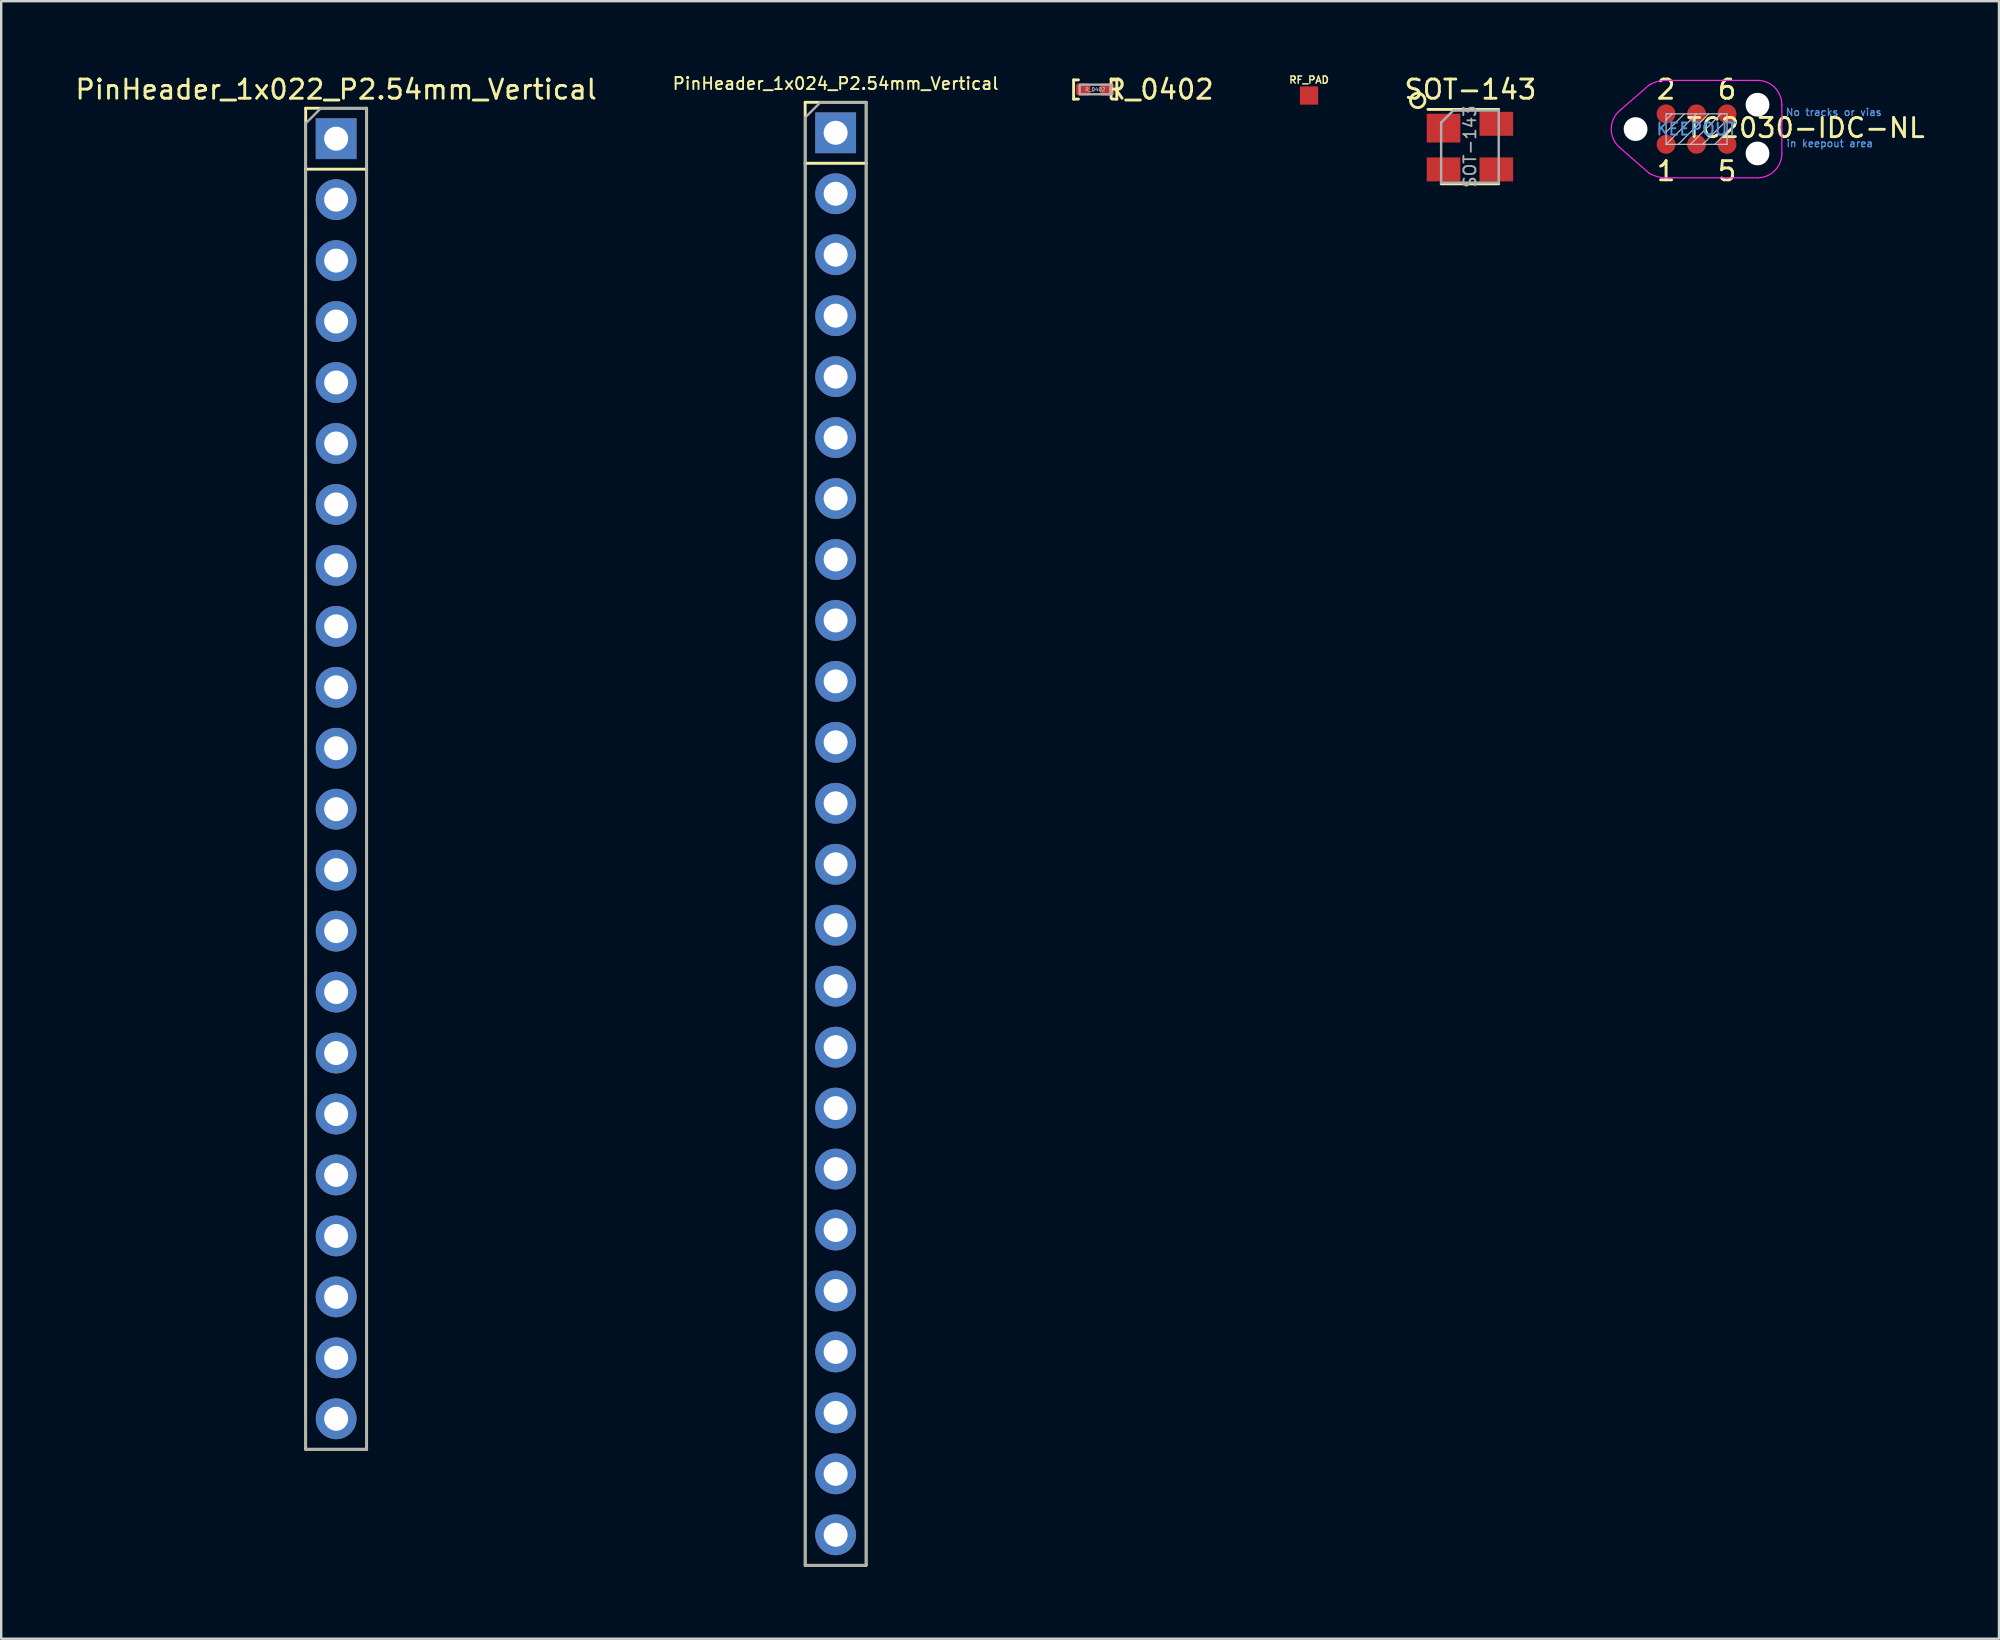
<source format=kicad_pcb>
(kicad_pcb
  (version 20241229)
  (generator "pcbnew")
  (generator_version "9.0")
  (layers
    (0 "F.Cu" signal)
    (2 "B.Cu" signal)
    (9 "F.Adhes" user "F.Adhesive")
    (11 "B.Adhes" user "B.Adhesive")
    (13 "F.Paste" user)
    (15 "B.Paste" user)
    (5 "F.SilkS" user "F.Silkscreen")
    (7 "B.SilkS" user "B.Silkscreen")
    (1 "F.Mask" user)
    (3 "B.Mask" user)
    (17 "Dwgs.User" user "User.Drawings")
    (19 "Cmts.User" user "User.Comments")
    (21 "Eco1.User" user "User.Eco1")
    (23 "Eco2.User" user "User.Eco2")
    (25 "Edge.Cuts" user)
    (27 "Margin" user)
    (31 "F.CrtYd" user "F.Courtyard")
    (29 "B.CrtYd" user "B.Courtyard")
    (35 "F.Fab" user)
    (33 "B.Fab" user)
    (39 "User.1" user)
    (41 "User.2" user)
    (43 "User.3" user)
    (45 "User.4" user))
  (footprint "R_0402"
    (layer "F.Cu")
    (at 42.586 0.679)
    (property "Reference" "R_0402" (at 2.7 0 0) (unlocked yes) (layer "F.SilkS") (effects (font (size 0.8 0.8) (thickness 0.12))))
    (attr smd)
    (fp_line (start -0.9 -0.4) (end -0.9 0.4) (stroke (width 0.12) (type solid)) (layer "F.SilkS"))
    (fp_line (start -0.9 0.4) (end -0.7 0.4) (stroke (width 0.12) (type solid)) (layer "F.SilkS"))
    (fp_line (start -0.7 -0.4) (end -0.9 -0.4) (stroke (width 0.12) (type solid)) (layer "F.SilkS"))
    (fp_line (start 0.7 0.4) (end 0.9 0.4) (stroke (width 0.12) (type solid)) (layer "F.SilkS"))
    (fp_line (start 0.9 -0.4) (end 0.7 -0.4) (stroke (width 0.12) (type solid)) (layer "F.SilkS"))
    (fp_line (start 0.9 -0.4) (end 0.9 0.4) (stroke (width 0.12) (type solid)) (layer "F.SilkS"))
    (fp_rect (start -0.65 -0.2) (end 0.65 0.2) (stroke (width 0.1) (type solid)) (fill no) (layer "F.Fab"))
    (fp_text user "${REFERENCE}" (at 0 0 0) (unlocked yes) (layer "F.Fab") (effects (font (size 0.15 0.15) (thickness 0.03))))
    (pad "1" smd roundrect (at -0.5 0) (size 0.6 0.5) (layers "F.Cu" "F.Mask" "F.Paste") (roundrect_rratio 0.2))
    (pad "2" smd roundrect (at 0.5 0) (size 0.6 0.5) (layers "F.Cu" "F.Mask" "F.Paste") (roundrect_rratio 0.2)))
  (footprint "TC2030-IDC-NL"
    (layer "F.Cu")
    (at 67.643 2.329)
    (property "Reference" "TC2030-IDC-NL" (at 4.55 -0.05 0) (layer "F.SilkS") (effects (font (size 0.8 0.8) (thickness 0.12))))
    (attr exclude_from_pos_files exclude_from_bom)
    (fp_line (start -1.27 -0.381) (end -1.016 -0.635) (stroke (width 0.05) (type solid)) (layer "Dwgs.User"))
    (fp_line (start -1.27 0.127) (end -0.508 -0.635) (stroke (width 0.05) (type solid)) (layer "Dwgs.User"))
    (fp_line (start -1.27 0.635) (end -1.27 -0.635) (stroke (width 0.05) (type solid)) (layer "Dwgs.User"))
    (fp_line (start -1.27 0.635) (end 0 -0.635) (stroke (width 0.05) (type solid)) (layer "Dwgs.User"))
    (fp_line (start -0.762 0.635) (end 0.508 -0.635) (stroke (width 0.05) (type solid)) (layer "Dwgs.User"))
    (fp_line (start -0.254 0.635) (end 1.016 -0.635) (stroke (width 0.05) (type solid)) (layer "Dwgs.User"))
    (fp_line (start 0.254 0.635) (end 1.27 -0.381) (stroke (width 0.05) (type solid)) (layer "Dwgs.User"))
    (fp_line (start 0.762 0.635) (end 1.27 0.127) (stroke (width 0.05) (type solid)) (layer "Dwgs.User"))
    (fp_line (start 1.27 -0.635) (end -1.27 -0.635) (stroke (width 0.05) (type solid)) (layer "Dwgs.User"))
    (fp_line (start 1.27 -0.635) (end 1.27 0.635) (stroke (width 0.05) (type solid)) (layer "Dwgs.User"))
    (fp_line (start 1.27 0.635) (end -1.27 0.635) (stroke (width 0.05) (type solid)) (layer "Dwgs.User"))
    (fp_line (start -3.192 0.778) (end -1.968 1.843) (stroke (width 0.05) (type solid)) (layer "F.CrtYd"))
    (fp_line (start -1.968 -1.843) (end -3.192 -0.778) (stroke (width 0.05) (type solid)) (layer "F.CrtYd"))
    (fp_line (start 2.54 -2.03) (end -1.27 -2.03) (stroke (width 0.05) (type solid)) (layer "F.CrtYd"))
    (fp_line (start 2.54 2.03) (end -1.27 2.03) (stroke (width 0.05) (type solid)) (layer "F.CrtYd"))
    (fp_line (start 3.555 -1.015) (end 3.555 1.015) (stroke (width 0.05) (type solid)) (layer "F.CrtYd"))
    (fp_arc (start -3.555 0) (mid -3.459902 -0.428958) (end -3.192429 -0.777535) (stroke (width 0.05) (type solid)) (layer "F.CrtYd"))
    (fp_arc (start -3.192429 0.777535) (mid -3.459902 0.428958) (end -3.555 0) (stroke (width 0.05) (type solid)) (layer "F.CrtYd"))
    (fp_arc (start -1.9675 -1.843105) (mid -1.631053 -1.982466) (end -1.27 -2.03) (stroke (width 0.05) (type solid)) (layer "F.CrtYd"))
    (fp_arc (start -1.27 2.03) (mid -1.631053 1.982466) (end -1.9675 1.843105) (stroke (width 0.05) (type solid)) (layer "F.CrtYd"))
    (fp_arc (start 2.54 -2.03) (mid 3.257713 -1.732713) (end 3.555 -1.015) (stroke (width 0.05) (type solid)) (layer "F.CrtYd"))
    (fp_arc (start 3.555 1.015) (mid 3.257713 1.732713) (end 2.54 2.03) (stroke (width 0.05) (type solid)) (layer "F.CrtYd"))
    (fp_text user "1" (at -1.27 1.75 0) (layer "F.SilkS") (effects (font (size 0.8 0.8) (thickness 0.12))))
    (fp_text user "6" (at 1.27 -1.65 0) (layer "F.SilkS") (effects (font (size 0.8 0.8) (thickness 0.12))))
    (fp_text user "5" (at 1.27 1.75 0) (layer "F.SilkS") (effects (font (size 0.8 0.8) (thickness 0.12))))
    (fp_text user "2" (at -1.27 -1.65 0) (layer "F.SilkS") (effects (font (size 0.8 0.8) (thickness 0.12))))
    (fp_text user "No tracks or vias" (at 5.715 -0.7 0) (layer "Cmts.User") (effects (font (size 0.3 0.3) (thickness 0.05))))
    (fp_text user "in keepout area" (at 5.55 0.6 0) (layer "Cmts.User") (effects (font (size 0.3 0.3) (thickness 0.05))))
    (fp_text user "KEEPOUT" (at 0 0 0) (layer "Cmts.User") (effects (font (size 0.5 0.5) (thickness 0.08))))
    (pad "" np_thru_hole circle (at -2.54 0) (size 0.991 0.991) (drill 0.991) (layers "*.Cu" "*.Mask"))
    (pad "" np_thru_hole circle (at 2.54 -1.015) (size 0.991 0.991) (drill 0.991) (layers "*.Cu" "*.Mask"))
    (pad "" np_thru_hole circle (at 2.54 1.015) (size 0.991 0.991) (drill 0.991) (layers "*.Cu" "*.Mask"))
    (pad "1" smd circle (at -1.27 0.635) (size 0.787 0.787) (layers "F.Cu" "F.Mask"))
    (pad "2" smd circle (at -1.27 -0.635) (size 0.787 0.787) (layers "F.Cu" "F.Mask"))
    (pad "3" smd circle (at 0 0.635) (size 0.787 0.787) (layers "F.Cu" "F.Mask"))
    (pad "4" smd circle (at 0 -0.635) (size 0.787 0.787) (layers "F.Cu" "F.Mask"))
    (pad "5" smd circle (at 1.27 0.635) (size 0.787 0.787) (layers "F.Cu" "F.Mask"))
    (pad "6" smd circle (at 1.27 -0.635) (size 0.787 0.787) (layers "F.Cu" "F.Mask")))
  (footprint "RF_PAD"
    (layer "F.Cu")
    (at 51.496 0.931)
    (property "Reference" "RF_PAD" (at 0 -0.65 0) (unlocked yes) (layer "F.SilkS") (effects (font (size 0.3 0.3) (thickness 0.06))))
    (attr smd)
    (pad "1" smd rect (at 0 0) (size 0.76 0.76) (layers "F.Cu" "F.Mask" "F.Paste")))
  (footprint "PinHeader_1x022_P2.54mm_Vertical"
    (layer "F.Cu")
    (at 10.957 2.729)
    (property "Reference" "PinHeader_1x022_P2.54mm_Vertical" (at 0 -2.05 0) (layer "F.SilkS") (effects (font (size 0.8 0.8) (thickness 0.12))))
    (attr through_hole)
    (fp_line (start -1.27 -1.27) (end 1.27 -1.27) (stroke (width 0.12) (type solid)) (layer "F.SilkS"))
    (fp_line (start -1.27 1.27) (end -1.27 -1.27) (stroke (width 0.12) (type solid)) (layer "F.SilkS"))
    (fp_line (start -1.27 1.27) (end 1.27 1.27) (stroke (width 0.12) (type solid)) (layer "F.SilkS"))
    (fp_line (start -1.27 54.61) (end -1.27 1.27) (stroke (width 0.12) (type solid)) (layer "F.SilkS"))
    (fp_line (start -1.27 54.61) (end 1.27 54.61) (stroke (width 0.12) (type solid)) (layer "F.SilkS"))
    (fp_line (start 1.27 -1.27) (end 1.27 1.27) (stroke (width 0.12) (type solid)) (layer "F.SilkS"))
    (fp_line (start 1.27 54.61) (end 1.27 1.27) (stroke (width 0.12) (type solid)) (layer "F.SilkS"))
    (fp_line (start -1.27 -0.635) (end -0.635 -1.27) (stroke (width 0.1) (type solid)) (layer "F.Fab"))
    (fp_line (start -1.27 54.61) (end -1.27 -0.635) (stroke (width 0.1) (type solid)) (layer "F.Fab"))
    (fp_line (start -1.27 54.61) (end 1.27 54.61) (stroke (width 0.1) (type solid)) (layer "F.Fab"))
    (fp_line (start -0.635 -1.27) (end 1.27 -1.27) (stroke (width 0.1) (type solid)) (layer "F.Fab"))
    (fp_line (start 1.27 -1.27) (end 1.27 54.61) (stroke (width 0.1) (type solid)) (layer "F.Fab"))
    (pad "1" thru_hole rect (at 0 0) (size 1.7 1.7) (drill 1) (layers "*.Cu" "*.Mask"))
    (pad "2" thru_hole oval (at 0 2.54) (size 1.7 1.7) (drill 1) (layers "*.Cu" "*.Mask"))
    (pad "3" thru_hole oval (at 0 5.08) (size 1.7 1.7) (drill 1) (layers "*.Cu" "*.Mask"))
    (pad "4" thru_hole oval (at 0 7.62) (size 1.7 1.7) (drill 1) (layers "*.Cu" "*.Mask"))
    (pad "5" thru_hole oval (at 0 10.16) (size 1.7 1.7) (drill 1) (layers "*.Cu" "*.Mask"))
    (pad "6" thru_hole oval (at 0 12.7) (size 1.7 1.7) (drill 1) (layers "*.Cu" "*.Mask"))
    (pad "7" thru_hole oval (at 0 15.24) (size 1.7 1.7) (drill 1) (layers "*.Cu" "*.Mask"))
    (pad "8" thru_hole oval (at 0 17.78) (size 1.7 1.7) (drill 1) (layers "*.Cu" "*.Mask"))
    (pad "9" thru_hole oval (at 0 20.32) (size 1.7 1.7) (drill 1) (layers "*.Cu" "*.Mask"))
    (pad "10" thru_hole oval (at 0 22.86) (size 1.7 1.7) (drill 1) (layers "*.Cu" "*.Mask"))
    (pad "11" thru_hole oval (at 0 25.4) (size 1.7 1.7) (drill 1) (layers "*.Cu" "*.Mask"))
    (pad "12" thru_hole oval (at 0 27.94) (size 1.7 1.7) (drill 1) (layers "*.Cu" "*.Mask"))
    (pad "13" thru_hole oval (at 0 30.48) (size 1.7 1.7) (drill 1) (layers "*.Cu" "*.Mask"))
    (pad "14" thru_hole oval (at 0 33.02) (size 1.7 1.7) (drill 1) (layers "*.Cu" "*.Mask"))
    (pad "15" thru_hole oval (at 0 35.56) (size 1.7 1.7) (drill 1) (layers "*.Cu" "*.Mask"))
    (pad "16" thru_hole oval (at 0 38.1) (size 1.7 1.7) (drill 1) (layers "*.Cu" "*.Mask"))
    (pad "17" thru_hole oval (at 0 40.64) (size 1.7 1.7) (drill 1) (layers "*.Cu" "*.Mask"))
    (pad "18" thru_hole oval (at 0 43.18) (size 1.7 1.7) (drill 1) (layers "*.Cu" "*.Mask"))
    (pad "19" thru_hole oval (at 0 45.72) (size 1.7 1.7) (drill 1) (layers "*.Cu" "*.Mask"))
    (pad "20" thru_hole oval (at 0 48.26) (size 1.7 1.7) (drill 1) (layers "*.Cu" "*.Mask"))
    (pad "21" thru_hole oval (at 0 50.8) (size 1.7 1.7) (drill 1) (layers "*.Cu" "*.Mask"))
    (pad "22" thru_hole oval (at 0 53.34) (size 1.7 1.7) (drill 1) (layers "*.Cu" "*.Mask")))
  (footprint "SOT-143"
    (layer "F.Cu")
    (at 58.2 3.059)
    (property "Reference" "SOT-143" (at 0.02 -2.38 0) (layer "F.SilkS") (effects (font (size 0.8 0.8) (thickness 0.12))))
    (attr smd)
    (fp_line (start -1.2 1.55) (end 1.2 1.55) (stroke (width 0.12) (type solid)) (layer "F.SilkS"))
    (fp_line (start 1.2 -1.55) (end -1.75 -1.55) (stroke (width 0.12) (type solid)) (layer "F.SilkS"))
    (fp_circle (center -2.175 -1.925) (end -1.95 -1.725) (stroke (width 0.12) (type solid)) (fill no) (layer "F.SilkS"))
    (fp_line (start -1.2 -1) (end -0.7 -1.5) (stroke (width 0.1) (type solid)) (layer "F.Fab"))
    (fp_line (start -1.2 1.5) (end -1.2 -1) (stroke (width 0.1) (type solid)) (layer "F.Fab"))
    (fp_line (start -0.7 -1.5) (end 1.2 -1.5) (stroke (width 0.1) (type solid)) (layer "F.Fab"))
    (fp_line (start 1.2 -1.5) (end 1.2 1.5) (stroke (width 0.1) (type solid)) (layer "F.Fab"))
    (fp_line (start 1.2 1.5) (end -1.2 1.5) (stroke (width 0.1) (type solid)) (layer "F.Fab"))
    (fp_text user "${REFERENCE}" (at 0 0 90) (layer "F.Fab") (effects (font (size 0.5 0.5) (thickness 0.075))))
    (pad "1" smd rect (at -1.1 -0.77 270) (size 1.2 1.4) (layers "F.Cu" "F.Mask" "F.Paste"))
    (pad "2" smd rect (at -1.1 0.95 270) (size 1 1.4) (layers "F.Cu" "F.Mask" "F.Paste"))
    (pad "3" smd rect (at 1.1 0.95 270) (size 1 1.4) (layers "F.Cu" "F.Mask" "F.Paste"))
    (pad "4" smd rect (at 1.1 -0.95 270) (size 1 1.4) (layers "F.Cu" "F.Mask" "F.Paste")))
  (footprint "PinHeader_1x024_P2.54mm_Vertical"
    (layer "F.Cu")
    (at 31.77 2.483)
    (property "Reference" "PinHeader_1x024_P2.54mm_Vertical" (at 0 -2.05 0) (layer "F.SilkS") (effects (font (size 0.5 0.5) (thickness 0.08))))
    (attr through_hole)
    (fp_line (start -1.27 -1.27) (end 1.27 -1.27) (stroke (width 0.12) (type solid)) (layer "F.SilkS"))
    (fp_line (start -1.27 1.27) (end -1.27 -1.27) (stroke (width 0.12) (type solid)) (layer "F.SilkS"))
    (fp_line (start -1.27 1.27) (end 1.27 1.27) (stroke (width 0.12) (type solid)) (layer "F.SilkS"))
    (fp_line (start -1.27 59.69) (end -1.27 1.27) (stroke (width 0.12) (type solid)) (layer "F.SilkS"))
    (fp_line (start -1.27 59.69) (end 1.27 59.69) (stroke (width 0.12) (type solid)) (layer "F.SilkS"))
    (fp_line (start 1.27 -1.27) (end 1.27 1.27) (stroke (width 0.12) (type solid)) (layer "F.SilkS"))
    (fp_line (start 1.27 59.69) (end 1.27 1.27) (stroke (width 0.12) (type solid)) (layer "F.SilkS"))
    (fp_line (start -1.27 -0.635) (end -0.635 -1.27) (stroke (width 0.1) (type solid)) (layer "F.Fab"))
    (fp_line (start -1.27 59.69) (end -1.27 -0.635) (stroke (width 0.1) (type solid)) (layer "F.Fab"))
    (fp_line (start -1.27 59.69) (end 1.27 59.69) (stroke (width 0.1) (type solid)) (layer "F.Fab"))
    (fp_line (start -0.635 -1.27) (end 1.27 -1.27) (stroke (width 0.1) (type solid)) (layer "F.Fab"))
    (fp_line (start 1.27 -1.27) (end 1.27 59.69) (stroke (width 0.1) (type solid)) (layer "F.Fab"))
    (pad "1" thru_hole rect (at 0 0) (size 1.7 1.7) (drill 1) (layers "*.Cu" "*.Mask"))
    (pad "2" thru_hole oval (at 0 2.54) (size 1.7 1.7) (drill 1) (layers "*.Cu" "*.Mask"))
    (pad "3" thru_hole oval (at 0 5.08) (size 1.7 1.7) (drill 1) (layers "*.Cu" "*.Mask"))
    (pad "4" thru_hole oval (at 0 7.62) (size 1.7 1.7) (drill 1) (layers "*.Cu" "*.Mask"))
    (pad "5" thru_hole oval (at 0 10.16) (size 1.7 1.7) (drill 1) (layers "*.Cu" "*.Mask"))
    (pad "6" thru_hole oval (at 0 12.7) (size 1.7 1.7) (drill 1) (layers "*.Cu" "*.Mask"))
    (pad "7" thru_hole oval (at 0 15.24) (size 1.7 1.7) (drill 1) (layers "*.Cu" "*.Mask"))
    (pad "8" thru_hole oval (at 0 17.78) (size 1.7 1.7) (drill 1) (layers "*.Cu" "*.Mask"))
    (pad "9" thru_hole oval (at 0 20.32) (size 1.7 1.7) (drill 1) (layers "*.Cu" "*.Mask"))
    (pad "10" thru_hole oval (at 0 22.86) (size 1.7 1.7) (drill 1) (layers "*.Cu" "*.Mask"))
    (pad "11" thru_hole oval (at 0 25.4) (size 1.7 1.7) (drill 1) (layers "*.Cu" "*.Mask"))
    (pad "12" thru_hole oval (at 0 27.94) (size 1.7 1.7) (drill 1) (layers "*.Cu" "*.Mask"))
    (pad "13" thru_hole oval (at 0 30.48) (size 1.7 1.7) (drill 1) (layers "*.Cu" "*.Mask"))
    (pad "14" thru_hole oval (at 0 33.02) (size 1.7 1.7) (drill 1) (layers "*.Cu" "*.Mask"))
    (pad "15" thru_hole oval (at 0 35.56) (size 1.7 1.7) (drill 1) (layers "*.Cu" "*.Mask"))
    (pad "16" thru_hole oval (at 0 38.1) (size 1.7 1.7) (drill 1) (layers "*.Cu" "*.Mask"))
    (pad "17" thru_hole oval (at 0 40.64) (size 1.7 1.7) (drill 1) (layers "*.Cu" "*.Mask"))
    (pad "18" thru_hole oval (at 0 43.18) (size 1.7 1.7) (drill 1) (layers "*.Cu" "*.Mask"))
    (pad "19" thru_hole oval (at 0 45.72) (size 1.7 1.7) (drill 1) (layers "*.Cu" "*.Mask"))
    (pad "20" thru_hole oval (at 0 48.26) (size 1.7 1.7) (drill 1) (layers "*.Cu" "*.Mask"))
    (pad "21" thru_hole oval (at 0 50.8) (size 1.7 1.7) (drill 1) (layers "*.Cu" "*.Mask"))
    (pad "22" thru_hole oval (at 0 53.34) (size 1.7 1.7) (drill 1) (layers "*.Cu" "*.Mask"))
    (pad "23" thru_hole oval (at 0 55.88) (size 1.7 1.7) (drill 1) (layers "*.Cu" "*.Mask"))
    (pad "24" thru_hole oval (at 0 58.42) (size 1.7 1.7) (drill 1) (layers "*.Cu" "*.Mask")))
  (gr_rect
    (start -3 -3)
    (end 80.245 65.233)
    (stroke (width 0.1) (type default))
    (fill no)
    (layer "Edge.Cuts")))
</source>
